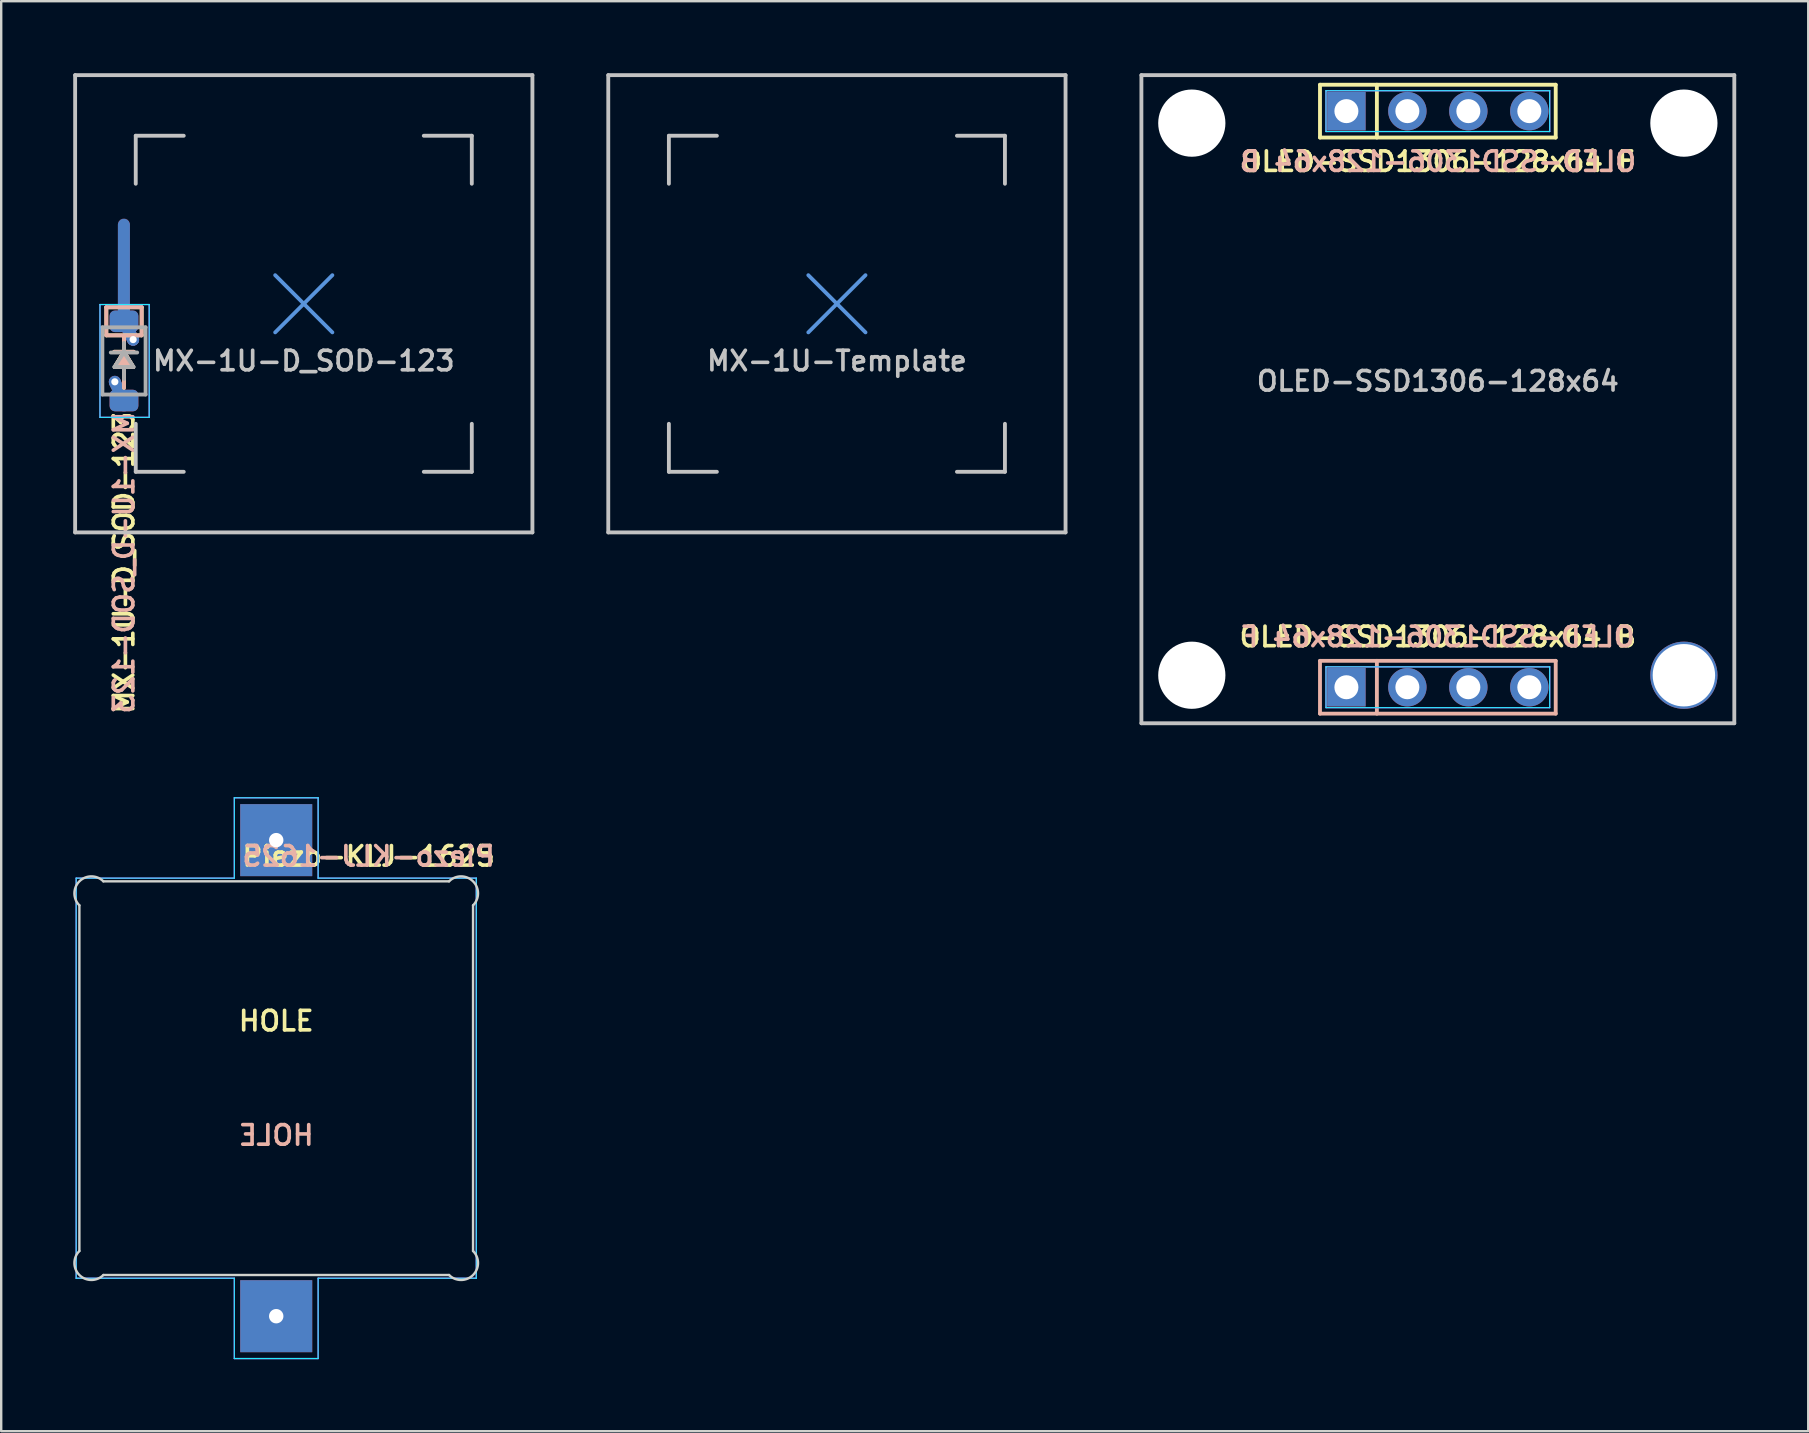
<source format=kicad_pcb>
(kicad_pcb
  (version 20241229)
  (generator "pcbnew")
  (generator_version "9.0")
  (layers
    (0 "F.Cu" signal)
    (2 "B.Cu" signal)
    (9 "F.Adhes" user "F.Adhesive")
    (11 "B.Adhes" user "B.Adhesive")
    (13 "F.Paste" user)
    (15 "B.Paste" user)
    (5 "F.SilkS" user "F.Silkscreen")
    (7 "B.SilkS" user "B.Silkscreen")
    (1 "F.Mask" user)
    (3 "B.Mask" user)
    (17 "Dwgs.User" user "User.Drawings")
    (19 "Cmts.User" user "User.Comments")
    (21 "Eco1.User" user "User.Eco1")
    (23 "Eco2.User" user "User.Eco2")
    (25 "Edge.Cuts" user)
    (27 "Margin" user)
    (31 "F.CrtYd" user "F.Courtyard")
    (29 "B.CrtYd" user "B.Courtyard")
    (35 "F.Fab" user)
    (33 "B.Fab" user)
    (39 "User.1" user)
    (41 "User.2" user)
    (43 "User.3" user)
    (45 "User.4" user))
  (footprint "MX-1U-D_SOD-123"
    (layer "F.Cu")
    (at 9.605 9.605)
    (property "Reference" "MX-1U-D_SOD-123" (at 0 2.381 0) (layer "Dwgs.User") (effects (font (size 0.813 0.813) (thickness 0.152))))
    (attr through_hole)
    (fp_line (start -8.226 0.146) (end -6.753 0.146) (stroke (width 0.16) (type solid)) (layer "F.SilkS"))
    (fp_line (start -8.226 1.314) (end -8.226 0.146) (stroke (width 0.16) (type solid)) (layer "F.SilkS"))
    (fp_line (start -7.871 2.635) (end -7.49 2) (stroke (width 0.16) (type solid)) (layer "F.SilkS"))
    (fp_line (start -7.49 1.34) (end -7.49 2) (stroke (width 0.16) (type solid)) (layer "F.SilkS"))
    (fp_line (start -7.49 2) (end -7.109 2.635) (stroke (width 0.16) (type solid)) (layer "F.SilkS"))
    (fp_line (start -7.49 2.635) (end -7.49 3.499) (stroke (width 0.16) (type solid)) (layer "F.SilkS"))
    (fp_line (start -7.109 2.635) (end -7.871 2.635) (stroke (width 0.16) (type solid)) (layer "F.SilkS"))
    (fp_line (start -7.083 2) (end -7.896 2) (stroke (width 0.16) (type solid)) (layer "F.SilkS"))
    (fp_line (start -6.753 0.146) (end -6.753 1.314) (stroke (width 0.16) (type solid)) (layer "F.SilkS"))
    (fp_line (start -6.753 1.314) (end -8.226 1.314) (stroke (width 0.16) (type solid)) (layer "F.SilkS"))
    (fp_poly (pts (xy -7.871 2.635) (xy -7.49 2) (xy -7.109 2.635)) (stroke (width 0.16) (type solid)) (fill yes) (layer "F.SilkS"))
    (fp_line (start -8.226 0.146) (end -8.226 1.314) (stroke (width 0.16) (type solid)) (layer "B.SilkS"))
    (fp_line (start -8.226 1.314) (end -6.753 1.314) (stroke (width 0.16) (type solid)) (layer "B.SilkS"))
    (fp_line (start -7.896 2) (end -7.083 2) (stroke (width 0.16) (type solid)) (layer "B.SilkS"))
    (fp_line (start -7.871 2.635) (end -7.109 2.635) (stroke (width 0.16) (type solid)) (layer "B.SilkS"))
    (fp_line (start -7.49 1.34) (end -7.49 2) (stroke (width 0.16) (type solid)) (layer "B.SilkS"))
    (fp_line (start -7.49 2) (end -7.871 2.635) (stroke (width 0.16) (type solid)) (layer "B.SilkS"))
    (fp_line (start -7.49 2.635) (end -7.49 3.499) (stroke (width 0.16) (type solid)) (layer "B.SilkS"))
    (fp_line (start -7.109 2.635) (end -7.49 2) (stroke (width 0.16) (type solid)) (layer "B.SilkS"))
    (fp_line (start -6.753 0.146) (end -8.226 0.146) (stroke (width 0.16) (type solid)) (layer "B.SilkS"))
    (fp_line (start -6.753 1.314) (end -6.753 0.146) (stroke (width 0.16) (type solid)) (layer "B.SilkS"))
    (fp_poly (pts (xy -7.109 2.635) (xy -7.49 2) (xy -7.871 2.635)) (stroke (width 0.16) (type solid)) (fill yes) (layer "B.SilkS"))
    (fp_line (start -9.525 -9.525) (end 9.525 -9.525) (stroke (width 0.16) (type solid)) (layer "Dwgs.User"))
    (fp_line (start -9.525 9.525) (end -9.525 -9.525) (stroke (width 0.16) (type solid)) (layer "Dwgs.User"))
    (fp_line (start -7 -7) (end -7 -5) (stroke (width 0.16) (type solid)) (layer "Dwgs.User"))
    (fp_line (start -7 5) (end -7 7) (stroke (width 0.16) (type solid)) (layer "Dwgs.User"))
    (fp_line (start -7 7) (end -5 7) (stroke (width 0.16) (type solid)) (layer "Dwgs.User"))
    (fp_line (start -5 -7) (end -7 -7) (stroke (width 0.16) (type solid)) (layer "Dwgs.User"))
    (fp_line (start 5 -7) (end 7 -7) (stroke (width 0.16) (type solid)) (layer "Dwgs.User"))
    (fp_line (start 5 7) (end 7 7) (stroke (width 0.16) (type solid)) (layer "Dwgs.User"))
    (fp_line (start 7 -7) (end 7 -5) (stroke (width 0.16) (type solid)) (layer "Dwgs.User"))
    (fp_line (start 7 7) (end 7 5) (stroke (width 0.16) (type solid)) (layer "Dwgs.User"))
    (fp_line (start 9.525 -9.525) (end 9.525 9.525) (stroke (width 0.16) (type solid)) (layer "Dwgs.User"))
    (fp_line (start 9.525 9.525) (end -9.525 9.525) (stroke (width 0.16) (type solid)) (layer "Dwgs.User"))
    (fp_line (start -1.191 -1.191) (end 1.191 1.191) (stroke (width 0.16) (type solid)) (layer "Cmts.User"))
    (fp_line (start -1.191 1.191) (end 1.191 -1.191) (stroke (width 0.16) (type solid)) (layer "Cmts.User"))
    (fp_line (start -8.49 4.731) (end -8.49 0.031) (stroke (width 0.05) (type solid)) (layer "B.CrtYd"))
    (fp_line (start -6.44 0.031) (end -8.49 0.031) (stroke (width 0.05) (type solid)) (layer "B.CrtYd"))
    (fp_line (start -6.44 0.031) (end -6.44 4.731) (stroke (width 0.05) (type solid)) (layer "B.CrtYd"))
    (fp_line (start -6.44 4.731) (end -8.49 4.731) (stroke (width 0.05) (type solid)) (layer "B.CrtYd"))
    (fp_line (start -8.49 4.731) (end -8.49 0.031) (stroke (width 0.05) (type solid)) (layer "F.CrtYd"))
    (fp_line (start -6.44 0.031) (end -8.49 0.031) (stroke (width 0.05) (type solid)) (layer "F.CrtYd"))
    (fp_line (start -6.44 0.031) (end -6.44 4.731) (stroke (width 0.05) (type solid)) (layer "F.CrtYd"))
    (fp_line (start -6.44 4.731) (end -8.49 4.731) (stroke (width 0.05) (type solid)) (layer "F.CrtYd"))
    (fp_line (start -8.39 0.981) (end -6.59 0.981) (stroke (width 0.16) (type solid)) (layer "F.Fab"))
    (fp_line (start -8.39 3.781) (end -8.39 0.981) (stroke (width 0.16) (type solid)) (layer "F.Fab"))
    (fp_line (start -7.89 2.631) (end -7.49 2.031) (stroke (width 0.16) (type solid)) (layer "F.Fab"))
    (fp_line (start -7.49 1.631) (end -7.49 2.031) (stroke (width 0.16) (type solid)) (layer "F.Fab"))
    (fp_line (start -7.49 2.031) (end -8.04 2.031) (stroke (width 0.16) (type solid)) (layer "F.Fab"))
    (fp_line (start -7.49 2.031) (end -7.09 2.631) (stroke (width 0.16) (type solid)) (layer "F.Fab"))
    (fp_line (start -7.49 2.031) (end -6.94 2.031) (stroke (width 0.16) (type solid)) (layer "F.Fab"))
    (fp_line (start -7.49 2.631) (end -7.49 3.131) (stroke (width 0.16) (type solid)) (layer "F.Fab"))
    (fp_line (start -7.09 2.631) (end -7.89 2.631) (stroke (width 0.16) (type solid)) (layer "F.Fab"))
    (fp_line (start -6.59 0.981) (end -6.59 3.781) (stroke (width 0.16) (type solid)) (layer "F.Fab"))
    (fp_line (start -6.59 3.781) (end -8.39 3.781) (stroke (width 0.16) (type solid)) (layer "F.Fab"))
    (fp_text user "${REFERENCE}" (at -7.49 4.413 270) (layer "F.SilkS") (effects (font (size 0.813 0.813) (thickness 0.152)) (justify right)))
    (fp_text user "${REFERENCE}" (at -7.49 4.413 270) (layer "B.SilkS") (effects (font (size 0.813 0.813) (thickness 0.152)) (justify left mirror)))
    (pad "1" smd custom (at -7.493 0.737) (size 0.762 0.762) (layers "F.Cu") (options (anchor circle)) (primitives (gr_line (start 0.381 0.761) (end 0 -0.001) (width 0.5)) (gr_line (start 0 -0.001) (end 0 -4.033) (width 0.5))))
    (pad "1" smd custom (at -7.493 0.737) (size 0.762 0.762) (layers "B.Cu") (options (anchor circle)) (primitives (gr_line (start 0.381 0.761) (end 0 -0.001) (width 0.5)) (gr_line (start 0 -0.001) (end 0 -4.033) (width 0.5))))
    (pad "1" smd roundrect (at -7.49 0.73 270) (size 0.9 1.2) (layers "B.Cu" "B.Mask" "B.Paste") (roundrect_rratio 0.25))
    (pad "1" smd custom (at -7.49 0.73 270) (size 0.9 1.2) (layers "F.Cu") (options (anchor circle)) (primitives (gr_line (start 0.762 -0.381) (end 0 0) (width 0.5))))
    (pad "1" smd custom (at -7.49 0.73 270) (size 0.9 1.2) (layers "B.Cu") (options (anchor circle)) (primitives (gr_line (start 0.762 -0.381) (end 0 0) (width 0.5))))
    (pad "1" smd roundrect (at -7.49 0.731 270) (size 0.9 1.2) (layers "F.Cu" "F.Mask" "F.Paste") (roundrect_rratio 0.25))
    (pad "1" thru_hole circle (at -7.109 1.492 270) (size 0.5 0.5) (drill 0.3) (layers "*.Cu"))
    (pad "2" thru_hole circle (at -7.871 3.251 270) (size 0.5 0.5) (drill 0.3) (layers "*.Cu"))
    (pad "2" smd roundrect (at -7.49 4.031 270) (size 0.9 1.2) (layers "F.Cu" "F.Mask" "F.Paste") (roundrect_rratio 0.25))
    (pad "2" smd roundrect (at -7.49 4.031 270) (size 0.9 1.2) (layers "B.Cu" "B.Mask" "B.Paste") (roundrect_rratio 0.25))
    (pad "2" smd custom (at -7.49 4.031 270) (size 0.9 1.2) (layers "F.Cu") (options (anchor circle)) (primitives (gr_line (start -0.761 0.381) (end 0.001 0) (width 0.5))))
    (pad "2" smd custom (at -7.49 4.031 270) (size 0.9 1.2) (layers "B.Cu") (options (anchor circle)) (primitives (gr_line (start -0.761 0.381) (end 0.001 0) (width 0.5)))))
  (footprint "OLED-SSD1306-128x64"
    (layer "F.Cu")
    (at 56.85 13.58)
    (property "Reference" "OLED-SSD1306-128x64" (at 0 -0.75 180) (layer "Dwgs.User") (effects (font (size 0.813 0.813) (thickness 0.152))))
    (attr through_hole)
    (fp_line (start -4.91 -13.1) (end 4.91 -13.1) (stroke (width 0.16) (type solid)) (layer "F.SilkS"))
    (fp_line (start -4.91 -10.9) (end -4.91 -13.1) (stroke (width 0.16) (type solid)) (layer "F.SilkS"))
    (fp_line (start -2.54 -13.1) (end -2.54 -10.9) (stroke (width 0.16) (type solid)) (layer "F.SilkS"))
    (fp_line (start 4.91 -13.1) (end 4.91 -10.9) (stroke (width 0.16) (type solid)) (layer "F.SilkS"))
    (fp_line (start 4.91 -10.9) (end -4.91 -10.9) (stroke (width 0.16) (type solid)) (layer "F.SilkS"))
    (fp_line (start -4.91 10.9) (end 4.91 10.9) (stroke (width 0.16) (type solid)) (layer "B.SilkS"))
    (fp_line (start -4.91 13.1) (end -4.91 10.9) (stroke (width 0.16) (type solid)) (layer "B.SilkS"))
    (fp_line (start -2.54 13.1) (end -2.54 10.9) (stroke (width 0.16) (type solid)) (layer "B.SilkS"))
    (fp_line (start 4.91 10.9) (end 4.91 13.1) (stroke (width 0.16) (type solid)) (layer "B.SilkS"))
    (fp_line (start 4.91 13.1) (end -4.91 13.1) (stroke (width 0.16) (type solid)) (layer "B.SilkS"))
    (fp_line (start -12.35 -13.5) (end -12.35 13.5) (stroke (width 0.16) (type solid)) (layer "Dwgs.User"))
    (fp_line (start -12.35 -13.5) (end 12.35 -13.5) (stroke (width 0.16) (type solid)) (layer "Dwgs.User"))
    (fp_line (start -12.35 13.5) (end 12.35 13.5) (stroke (width 0.16) (type solid)) (layer "Dwgs.User"))
    (fp_line (start 12.35 -13.5) (end 12.35 13.5) (stroke (width 0.16) (type solid)) (layer "Dwgs.User"))
    (fp_line (start -4.66 -12.85) (end 4.66 -12.85) (stroke (width 0.05) (type solid)) (layer "B.CrtYd"))
    (fp_line (start -4.66 -11.15) (end -4.66 -12.85) (stroke (width 0.05) (type solid)) (layer "B.CrtYd"))
    (fp_line (start -4.66 11.15) (end 4.66 11.15) (stroke (width 0.05) (type solid)) (layer "B.CrtYd"))
    (fp_line (start -4.66 12.85) (end -4.66 11.15) (stroke (width 0.05) (type solid)) (layer "B.CrtYd"))
    (fp_line (start 4.66 -12.85) (end 4.66 -11.15) (stroke (width 0.05) (type solid)) (layer "B.CrtYd"))
    (fp_line (start 4.66 -11.15) (end -4.66 -11.15) (stroke (width 0.05) (type solid)) (layer "B.CrtYd"))
    (fp_line (start 4.66 11.15) (end 4.66 12.85) (stroke (width 0.05) (type solid)) (layer "B.CrtYd"))
    (fp_line (start 4.66 12.85) (end -4.66 12.85) (stroke (width 0.05) (type solid)) (layer "B.CrtYd"))
    (fp_line (start -4.66 -12.85) (end 4.66 -12.85) (stroke (width 0.05) (type solid)) (layer "F.CrtYd"))
    (fp_line (start -4.66 -11.15) (end -4.66 -12.85) (stroke (width 0.05) (type solid)) (layer "F.CrtYd"))
    (fp_line (start -4.66 11.15) (end 4.66 11.15) (stroke (width 0.05) (type solid)) (layer "F.CrtYd"))
    (fp_line (start -4.66 12.85) (end -4.66 11.15) (stroke (width 0.05) (type solid)) (layer "F.CrtYd"))
    (fp_line (start 4.66 -12.85) (end 4.66 -11.15) (stroke (width 0.05) (type solid)) (layer "F.CrtYd"))
    (fp_line (start 4.66 -11.15) (end -4.66 -11.15) (stroke (width 0.05) (type solid)) (layer "F.CrtYd"))
    (fp_line (start 4.66 11.15) (end 4.66 12.85) (stroke (width 0.05) (type solid)) (layer "F.CrtYd"))
    (fp_line (start 4.66 12.85) (end -4.66 12.85) (stroke (width 0.05) (type solid)) (layer "F.CrtYd"))
    (fp_text user "${REFERENCE} F" (at 0 -9.9 0) (layer "F.SilkS") (effects (font (size 0.813 0.813) (thickness 0.152))))
    (fp_text user "${REFERENCE} B" (at 0 9.9 0) (layer "F.SilkS") (effects (font (size 0.813 0.813) (thickness 0.152))))
    (fp_text user "${REFERENCE} F" (at 0 9.9 0) (layer "B.SilkS") (effects (font (size 0.813 0.813) (thickness 0.152)) (justify mirror)))
    (fp_text user "${REFERENCE} B" (at 0 -9.9 0) (layer "B.SilkS") (effects (font (size 0.813 0.813) (thickness 0.152)) (justify mirror)))
    (pad "" np_thru_hole circle (at -10.25 -11.5) (size 2.8 2.8) (drill 2.8) (layers "*.Cu" "*.Mask"))
    (pad "" np_thru_hole circle (at -10.25 11.5) (size 2.8 2.8) (drill 2.8) (layers "*.Cu" "*.Mask"))
    (pad "" np_thru_hole circle (at 10.25 -11.5 90) (size 2.8 2.8) (drill 2.8) (layers "*.Cu" "*.Mask"))
    (pad "" np_thru_hole circle (at 10.25 11.5) (size 2.8 2.8) (drill 2.6) (layers "*.Cu" "*.Mask"))
    (pad "1" thru_hole rect (at -3.81 -12) (size 1.6 1.6) (drill 1) (layers "*.Cu" "*.Mask"))
    (pad "1" thru_hole rect (at -3.81 12 180) (size 1.6 1.6) (drill 1) (layers "*.Cu" "*.Mask"))
    (pad "2" thru_hole circle (at -1.27 -12) (size 1.6 1.6) (drill 1) (layers "*.Cu" "*.Mask"))
    (pad "2" thru_hole circle (at -1.27 12 180) (size 1.6 1.6) (drill 1) (layers "*.Cu" "*.Mask"))
    (pad "3" thru_hole circle (at 1.27 -12) (size 1.6 1.6) (drill 1) (layers "*.Cu" "*.Mask"))
    (pad "3" thru_hole circle (at 1.27 12 180) (size 1.6 1.6) (drill 1) (layers "*.Cu" "*.Mask"))
    (pad "4" thru_hole circle (at 3.81 -12) (size 1.6 1.6) (drill 1) (layers "*.Cu" "*.Mask"))
    (pad "4" thru_hole circle (at 3.81 12 180) (size 1.6 1.6) (drill 1) (layers "*.Cu" "*.Mask")))
  (footprint "Piezo-KLJ-1625"
    (layer "F.Cu")
    (at 8.457 41.866)
    (property "Reference" "Piezo-KLJ-1625" (at 3.851 -9.246 0) (layer "F.SilkS") (effects (font (size 0.813 0.813) (thickness 0.152))))
    (attr through_hole)
    (fp_line (start -8.2 -7.2) (end -8.2 7.2) (stroke (width 0.1) (type solid)) (layer "Edge.Cuts"))
    (fp_line (start -7.2 8.2) (end 7.2 8.2) (stroke (width 0.1) (type solid)) (layer "Edge.Cuts"))
    (fp_line (start 7.2 -8.2) (end -7.2 -8.2) (stroke (width 0.1) (type solid)) (layer "Edge.Cuts"))
    (fp_line (start 8.2 7.2) (end 8.2 -7.2) (stroke (width 0.1) (type solid)) (layer "Edge.Cuts"))
    (fp_arc (start -8.2 -7.2) (mid -8.2 -8.2) (end -7.2 -8.2) (stroke (width 0.1) (type solid)) (layer "Edge.Cuts"))
    (fp_arc (start -7.2 8.2) (mid -8.2 8.2) (end -8.2 7.2) (stroke (width 0.1) (type solid)) (layer "Edge.Cuts"))
    (fp_arc (start 7.2 -8.2) (mid 8.2 -8.2) (end 8.2 -7.2) (stroke (width 0.1) (type solid)) (layer "Edge.Cuts"))
    (fp_arc (start 8.2 7.2) (mid 8.2 8.2) (end 7.2 8.2) (stroke (width 0.1) (type solid)) (layer "Edge.Cuts"))
    (fp_line (start -8.334 -8.334) (end -8.334 8.334) (stroke (width 0.05) (type solid)) (layer "B.CrtYd"))
    (fp_line (start -8.334 8.334) (end -1.746 8.334) (stroke (width 0.05) (type solid)) (layer "B.CrtYd"))
    (fp_line (start -1.746 -11.681) (end -1.746 -8.334) (stroke (width 0.05) (type solid)) (layer "B.CrtYd"))
    (fp_line (start -1.746 -8.334) (end -8.334 -8.334) (stroke (width 0.05) (type solid)) (layer "B.CrtYd"))
    (fp_line (start -1.746 8.334) (end -1.746 11.681) (stroke (width 0.05) (type solid)) (layer "B.CrtYd"))
    (fp_line (start -1.746 11.681) (end 1.746 11.681) (stroke (width 0.05) (type solid)) (layer "B.CrtYd"))
    (fp_line (start 1.746 -11.681) (end -1.746 -11.681) (stroke (width 0.05) (type solid)) (layer "B.CrtYd"))
    (fp_line (start 1.746 -8.334) (end 1.746 -11.681) (stroke (width 0.05) (type solid)) (layer "B.CrtYd"))
    (fp_line (start 1.746 8.334) (end 8.334 8.334) (stroke (width 0.05) (type solid)) (layer "B.CrtYd"))
    (fp_line (start 1.746 11.681) (end 1.746 8.334) (stroke (width 0.05) (type solid)) (layer "B.CrtYd"))
    (fp_line (start 8.334 -8.334) (end 1.746 -8.334) (stroke (width 0.05) (type solid)) (layer "B.CrtYd"))
    (fp_line (start 8.334 8.334) (end 8.334 -8.334) (stroke (width 0.05) (type solid)) (layer "B.CrtYd"))
    (fp_line (start -8.334 -8.334) (end -8.334 8.334) (stroke (width 0.05) (type solid)) (layer "F.CrtYd"))
    (fp_line (start -8.334 8.334) (end -1.746 8.334) (stroke (width 0.05) (type solid)) (layer "F.CrtYd"))
    (fp_line (start -1.746 -11.681) (end -1.746 -8.334) (stroke (width 0.05) (type solid)) (layer "F.CrtYd"))
    (fp_line (start -1.746 -8.334) (end -8.334 -8.334) (stroke (width 0.05) (type solid)) (layer "F.CrtYd"))
    (fp_line (start -1.746 8.334) (end -1.746 11.681) (stroke (width 0.05) (type solid)) (layer "F.CrtYd"))
    (fp_line (start -1.746 11.681) (end 1.746 11.681) (stroke (width 0.05) (type solid)) (layer "F.CrtYd"))
    (fp_line (start 1.746 -11.681) (end -1.746 -11.681) (stroke (width 0.05) (type solid)) (layer "F.CrtYd"))
    (fp_line (start 1.746 -8.334) (end 1.746 -11.681) (stroke (width 0.05) (type solid)) (layer "F.CrtYd"))
    (fp_line (start 1.746 8.334) (end 8.334 8.334) (stroke (width 0.05) (type solid)) (layer "F.CrtYd"))
    (fp_line (start 1.746 11.681) (end 1.746 8.334) (stroke (width 0.05) (type solid)) (layer "F.CrtYd"))
    (fp_line (start 8.334 -8.334) (end 1.746 -8.334) (stroke (width 0.05) (type solid)) (layer "F.CrtYd"))
    (fp_line (start 8.334 8.334) (end 8.334 -8.334) (stroke (width 0.05) (type solid)) (layer "F.CrtYd"))
    (fp_text user "HOLE" (at 0 -2.381 0) (layer "F.SilkS") (effects (font (size 0.813 0.813) (thickness 0.152))))
    (fp_text user "${REFERENCE}" (at 3.851 -9.246 0) (layer "B.SilkS") (effects (font (size 0.813 0.813) (thickness 0.152)) (justify mirror)))
    (fp_text user "HOLE" (at 0 2.381 0) (layer "B.SilkS") (effects (font (size 0.813 0.813) (thickness 0.152)) (justify mirror)))
    (pad "1" thru_hole rect (at 0 -9.916) (size 3 3) (drill 0.6) (layers "*.Cu" "*.Mask"))
    (pad "2" thru_hole rect (at 0 9.916) (size 3 3) (drill 0.6) (layers "*.Cu" "*.Mask")))
  (footprint "MX-1U-Template"
    (layer "F.Cu")
    (at 31.815 9.605)
    (property "Reference" "MX-1U-Template" (at 0 2.381 0) (layer "Dwgs.User") (effects (font (size 0.813 0.813) (thickness 0.152))))
    (attr through_hole)
    (fp_line (start -9.525 -9.525) (end 9.525 -9.525) (stroke (width 0.16) (type solid)) (layer "Dwgs.User"))
    (fp_line (start -9.525 9.525) (end -9.525 -9.525) (stroke (width 0.16) (type solid)) (layer "Dwgs.User"))
    (fp_line (start -7 -7) (end -7 -5) (stroke (width 0.16) (type solid)) (layer "Dwgs.User"))
    (fp_line (start -7 5) (end -7 7) (stroke (width 0.16) (type solid)) (layer "Dwgs.User"))
    (fp_line (start -7 7) (end -5 7) (stroke (width 0.16) (type solid)) (layer "Dwgs.User"))
    (fp_line (start -5 -7) (end -7 -7) (stroke (width 0.16) (type solid)) (layer "Dwgs.User"))
    (fp_line (start 5 -7) (end 7 -7) (stroke (width 0.16) (type solid)) (layer "Dwgs.User"))
    (fp_line (start 5 7) (end 7 7) (stroke (width 0.16) (type solid)) (layer "Dwgs.User"))
    (fp_line (start 7 -7) (end 7 -5) (stroke (width 0.16) (type solid)) (layer "Dwgs.User"))
    (fp_line (start 7 7) (end 7 5) (stroke (width 0.16) (type solid)) (layer "Dwgs.User"))
    (fp_line (start 9.525 -9.525) (end 9.525 9.525) (stroke (width 0.16) (type solid)) (layer "Dwgs.User"))
    (fp_line (start 9.525 9.525) (end -9.525 9.525) (stroke (width 0.16) (type solid)) (layer "Dwgs.User"))
    (fp_line (start -1.191 -1.191) (end 1.191 1.191) (stroke (width 0.16) (type solid)) (layer "Cmts.User"))
    (fp_line (start -1.191 1.191) (end 1.191 -1.191) (stroke (width 0.16) (type solid)) (layer "Cmts.User")))
  (gr_rect
    (start -3 -3)
    (end 72.28 56.572)
    (stroke (width 0.1) (type default))
    (fill no)
    (layer "Edge.Cuts")))
</source>
